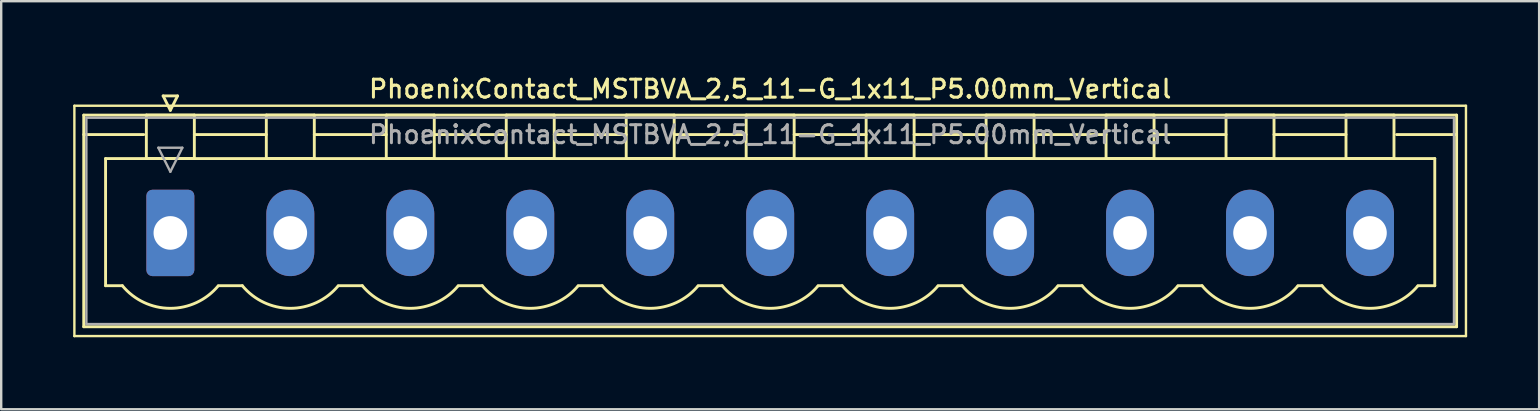
<source format=kicad_pcb>
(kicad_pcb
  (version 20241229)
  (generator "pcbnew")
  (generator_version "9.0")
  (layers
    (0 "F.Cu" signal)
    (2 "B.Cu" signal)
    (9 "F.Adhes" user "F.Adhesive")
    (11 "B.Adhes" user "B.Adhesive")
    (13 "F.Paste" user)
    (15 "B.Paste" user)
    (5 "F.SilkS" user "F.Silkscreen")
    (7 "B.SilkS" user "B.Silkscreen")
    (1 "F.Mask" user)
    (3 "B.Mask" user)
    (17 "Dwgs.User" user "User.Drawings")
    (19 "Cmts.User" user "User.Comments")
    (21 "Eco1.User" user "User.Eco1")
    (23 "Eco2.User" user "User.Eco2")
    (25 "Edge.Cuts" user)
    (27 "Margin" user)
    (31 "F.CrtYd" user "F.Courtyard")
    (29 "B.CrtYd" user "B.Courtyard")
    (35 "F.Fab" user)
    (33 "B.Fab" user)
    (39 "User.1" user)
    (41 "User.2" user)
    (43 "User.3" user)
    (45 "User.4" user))
  (footprint "PhoenixContact_MSTBVA_2,5_11-G_1x11_P5.00mm_Vertical"
    (layer "F.Cu")
    (at 4.05 6.658)
    (property "Reference" "PhoenixContact_MSTBVA_2,5_11-G_1x11_P5.00mm_Vertical" (at 25 -6 0) (layer "F.SilkS") (effects (font (size 0.75 0.75) (thickness 0.125))))
    (attr through_hole)
    (fp_line (start -4 -5.3) (end -4 4.3) (stroke (width 0.1) (type solid)) (layer "F.SilkS"))
    (fp_line (start -4 4.3) (end 54 4.3) (stroke (width 0.1) (type solid)) (layer "F.SilkS"))
    (fp_line (start -3.61 -4.91) (end -3.61 3.91) (stroke (width 0.12) (type solid)) (layer "F.SilkS"))
    (fp_line (start -3.61 -4.1) (end -1.11 -4.1) (stroke (width 0.12) (type solid)) (layer "F.SilkS"))
    (fp_line (start -3.61 3.91) (end 53.61 3.91) (stroke (width 0.12) (type solid)) (layer "F.SilkS"))
    (fp_line (start -2.7 -3.1) (end 52.7 -3.1) (stroke (width 0.12) (type solid)) (layer "F.SilkS"))
    (fp_line (start -2.7 2.2) (end -2.7 -3.1) (stroke (width 0.12) (type solid)) (layer "F.SilkS"))
    (fp_line (start -2 2.2) (end -2.7 2.2) (stroke (width 0.12) (type solid)) (layer "F.SilkS"))
    (fp_line (start -1 -4.91) (end 1 -4.91) (stroke (width 0.12) (type solid)) (layer "F.SilkS"))
    (fp_line (start -1 -3.1) (end -1 -4.91) (stroke (width 0.12) (type solid)) (layer "F.SilkS"))
    (fp_line (start -0.3 -5.71) (end 0.3 -5.71) (stroke (width 0.12) (type solid)) (layer "F.SilkS"))
    (fp_line (start 0 -5.11) (end -0.3 -5.71) (stroke (width 0.12) (type solid)) (layer "F.SilkS"))
    (fp_line (start 0.3 -5.71) (end 0 -5.11) (stroke (width 0.12) (type solid)) (layer "F.SilkS"))
    (fp_line (start 1 -4.91) (end 1 -3.1) (stroke (width 0.12) (type solid)) (layer "F.SilkS"))
    (fp_line (start 1 -4.1) (end 4 -4.1) (stroke (width 0.12) (type solid)) (layer "F.SilkS"))
    (fp_line (start 1 -3.1) (end -1 -3.1) (stroke (width 0.12) (type solid)) (layer "F.SilkS"))
    (fp_line (start 2 2.2) (end 3 2.2) (stroke (width 0.12) (type solid)) (layer "F.SilkS"))
    (fp_line (start 4 -4.91) (end 6 -4.91) (stroke (width 0.12) (type solid)) (layer "F.SilkS"))
    (fp_line (start 4 -3.1) (end 4 -4.91) (stroke (width 0.12) (type solid)) (layer "F.SilkS"))
    (fp_line (start 6 -4.91) (end 6 -3.1) (stroke (width 0.12) (type solid)) (layer "F.SilkS"))
    (fp_line (start 6 -4.1) (end 9 -4.1) (stroke (width 0.12) (type solid)) (layer "F.SilkS"))
    (fp_line (start 6 -3.1) (end 4 -3.1) (stroke (width 0.12) (type solid)) (layer "F.SilkS"))
    (fp_line (start 7 2.2) (end 8 2.2) (stroke (width 0.12) (type solid)) (layer "F.SilkS"))
    (fp_line (start 9 -4.91) (end 11 -4.91) (stroke (width 0.12) (type solid)) (layer "F.SilkS"))
    (fp_line (start 9 -3.1) (end 9 -4.91) (stroke (width 0.12) (type solid)) (layer "F.SilkS"))
    (fp_line (start 11 -4.91) (end 11 -3.1) (stroke (width 0.12) (type solid)) (layer "F.SilkS"))
    (fp_line (start 11 -4.1) (end 14 -4.1) (stroke (width 0.12) (type solid)) (layer "F.SilkS"))
    (fp_line (start 11 -3.1) (end 9 -3.1) (stroke (width 0.12) (type solid)) (layer "F.SilkS"))
    (fp_line (start 12 2.2) (end 13 2.2) (stroke (width 0.12) (type solid)) (layer "F.SilkS"))
    (fp_line (start 14 -4.91) (end 16 -4.91) (stroke (width 0.12) (type solid)) (layer "F.SilkS"))
    (fp_line (start 14 -3.1) (end 14 -4.91) (stroke (width 0.12) (type solid)) (layer "F.SilkS"))
    (fp_line (start 16 -4.91) (end 16 -3.1) (stroke (width 0.12) (type solid)) (layer "F.SilkS"))
    (fp_line (start 16 -4.1) (end 19 -4.1) (stroke (width 0.12) (type solid)) (layer "F.SilkS"))
    (fp_line (start 16 -3.1) (end 14 -3.1) (stroke (width 0.12) (type solid)) (layer "F.SilkS"))
    (fp_line (start 17 2.2) (end 18 2.2) (stroke (width 0.12) (type solid)) (layer "F.SilkS"))
    (fp_line (start 19 -4.91) (end 21 -4.91) (stroke (width 0.12) (type solid)) (layer "F.SilkS"))
    (fp_line (start 19 -3.1) (end 19 -4.91) (stroke (width 0.12) (type solid)) (layer "F.SilkS"))
    (fp_line (start 21 -4.91) (end 21 -3.1) (stroke (width 0.12) (type solid)) (layer "F.SilkS"))
    (fp_line (start 21 -4.1) (end 24 -4.1) (stroke (width 0.12) (type solid)) (layer "F.SilkS"))
    (fp_line (start 21 -3.1) (end 19 -3.1) (stroke (width 0.12) (type solid)) (layer "F.SilkS"))
    (fp_line (start 22 2.2) (end 23 2.2) (stroke (width 0.12) (type solid)) (layer "F.SilkS"))
    (fp_line (start 24 -4.91) (end 26 -4.91) (stroke (width 0.12) (type solid)) (layer "F.SilkS"))
    (fp_line (start 24 -3.1) (end 24 -4.91) (stroke (width 0.12) (type solid)) (layer "F.SilkS"))
    (fp_line (start 26 -4.91) (end 26 -3.1) (stroke (width 0.12) (type solid)) (layer "F.SilkS"))
    (fp_line (start 26 -4.1) (end 29 -4.1) (stroke (width 0.12) (type solid)) (layer "F.SilkS"))
    (fp_line (start 26 -3.1) (end 24 -3.1) (stroke (width 0.12) (type solid)) (layer "F.SilkS"))
    (fp_line (start 27 2.2) (end 28 2.2) (stroke (width 0.12) (type solid)) (layer "F.SilkS"))
    (fp_line (start 29 -4.91) (end 31 -4.91) (stroke (width 0.12) (type solid)) (layer "F.SilkS"))
    (fp_line (start 29 -3.1) (end 29 -4.91) (stroke (width 0.12) (type solid)) (layer "F.SilkS"))
    (fp_line (start 31 -4.91) (end 31 -3.1) (stroke (width 0.12) (type solid)) (layer "F.SilkS"))
    (fp_line (start 31 -4.1) (end 34 -4.1) (stroke (width 0.12) (type solid)) (layer "F.SilkS"))
    (fp_line (start 31 -3.1) (end 29 -3.1) (stroke (width 0.12) (type solid)) (layer "F.SilkS"))
    (fp_line (start 32 2.2) (end 33 2.2) (stroke (width 0.12) (type solid)) (layer "F.SilkS"))
    (fp_line (start 34 -4.91) (end 36 -4.91) (stroke (width 0.12) (type solid)) (layer "F.SilkS"))
    (fp_line (start 34 -3.1) (end 34 -4.91) (stroke (width 0.12) (type solid)) (layer "F.SilkS"))
    (fp_line (start 36 -4.91) (end 36 -3.1) (stroke (width 0.12) (type solid)) (layer "F.SilkS"))
    (fp_line (start 36 -4.1) (end 39 -4.1) (stroke (width 0.12) (type solid)) (layer "F.SilkS"))
    (fp_line (start 36 -3.1) (end 34 -3.1) (stroke (width 0.12) (type solid)) (layer "F.SilkS"))
    (fp_line (start 37 2.2) (end 38 2.2) (stroke (width 0.12) (type solid)) (layer "F.SilkS"))
    (fp_line (start 39 -4.91) (end 41 -4.91) (stroke (width 0.12) (type solid)) (layer "F.SilkS"))
    (fp_line (start 39 -3.1) (end 39 -4.91) (stroke (width 0.12) (type solid)) (layer "F.SilkS"))
    (fp_line (start 41 -4.91) (end 41 -3.1) (stroke (width 0.12) (type solid)) (layer "F.SilkS"))
    (fp_line (start 41 -4.1) (end 44 -4.1) (stroke (width 0.12) (type solid)) (layer "F.SilkS"))
    (fp_line (start 41 -3.1) (end 39 -3.1) (stroke (width 0.12) (type solid)) (layer "F.SilkS"))
    (fp_line (start 42 2.2) (end 43 2.2) (stroke (width 0.12) (type solid)) (layer "F.SilkS"))
    (fp_line (start 44 -4.91) (end 46 -4.91) (stroke (width 0.12) (type solid)) (layer "F.SilkS"))
    (fp_line (start 44 -3.1) (end 44 -4.91) (stroke (width 0.12) (type solid)) (layer "F.SilkS"))
    (fp_line (start 46 -4.91) (end 46 -3.1) (stroke (width 0.12) (type solid)) (layer "F.SilkS"))
    (fp_line (start 46 -4.1) (end 49 -4.1) (stroke (width 0.12) (type solid)) (layer "F.SilkS"))
    (fp_line (start 46 -3.1) (end 44 -3.1) (stroke (width 0.12) (type solid)) (layer "F.SilkS"))
    (fp_line (start 47 2.2) (end 48 2.2) (stroke (width 0.12) (type solid)) (layer "F.SilkS"))
    (fp_line (start 49 -4.91) (end 51 -4.91) (stroke (width 0.12) (type solid)) (layer "F.SilkS"))
    (fp_line (start 49 -3.1) (end 49 -4.91) (stroke (width 0.12) (type solid)) (layer "F.SilkS"))
    (fp_line (start 51 -4.91) (end 51 -3.1) (stroke (width 0.12) (type solid)) (layer "F.SilkS"))
    (fp_line (start 51 -3.1) (end 49 -3.1) (stroke (width 0.12) (type solid)) (layer "F.SilkS"))
    (fp_line (start 52.7 -3.1) (end 52.7 2.2) (stroke (width 0.12) (type solid)) (layer "F.SilkS"))
    (fp_line (start 52.7 2.2) (end 52 2.2) (stroke (width 0.12) (type solid)) (layer "F.SilkS"))
    (fp_line (start 53.61 -4.91) (end -3.61 -4.91) (stroke (width 0.12) (type solid)) (layer "F.SilkS"))
    (fp_line (start 53.61 -4.1) (end 51.11 -4.1) (stroke (width 0.12) (type solid)) (layer "F.SilkS"))
    (fp_line (start 53.61 3.91) (end 53.61 -4.91) (stroke (width 0.12) (type solid)) (layer "F.SilkS"))
    (fp_line (start 54 -5.3) (end -4 -5.3) (stroke (width 0.1) (type solid)) (layer "F.SilkS"))
    (fp_line (start 54 4.3) (end 54 -5.3) (stroke (width 0.1) (type solid)) (layer "F.SilkS"))
    (fp_arc (start 1.986842 2.215821) (mid -0.010289 3.142758) (end -2 2.2) (stroke (width 0.12) (type solid)) (layer "F.SilkS"))
    (fp_arc (start 6.986842 2.215821) (mid 4.989711 3.142758) (end 3 2.2) (stroke (width 0.12) (type solid)) (layer "F.SilkS"))
    (fp_arc (start 11.986842 2.215821) (mid 9.989711 3.142758) (end 8 2.2) (stroke (width 0.12) (type solid)) (layer "F.SilkS"))
    (fp_arc (start 16.986842 2.215821) (mid 14.989711 3.142758) (end 13 2.2) (stroke (width 0.12) (type solid)) (layer "F.SilkS"))
    (fp_arc (start 21.986842 2.215821) (mid 19.989711 3.142758) (end 18 2.2) (stroke (width 0.12) (type solid)) (layer "F.SilkS"))
    (fp_arc (start 26.986842 2.215821) (mid 24.989711 3.142758) (end 23 2.2) (stroke (width 0.12) (type solid)) (layer "F.SilkS"))
    (fp_arc (start 31.986842 2.215821) (mid 29.989711 3.142758) (end 28 2.2) (stroke (width 0.12) (type solid)) (layer "F.SilkS"))
    (fp_arc (start 36.986842 2.215821) (mid 34.989711 3.142758) (end 33 2.2) (stroke (width 0.12) (type solid)) (layer "F.SilkS"))
    (fp_arc (start 41.986842 2.215821) (mid 39.989711 3.142758) (end 38 2.2) (stroke (width 0.12) (type solid)) (layer "F.SilkS"))
    (fp_arc (start 46.986842 2.215821) (mid 44.989711 3.142758) (end 43 2.2) (stroke (width 0.12) (type solid)) (layer "F.SilkS"))
    (fp_arc (start 51.986842 2.215821) (mid 49.989711 3.142758) (end 48 2.2) (stroke (width 0.12) (type solid)) (layer "F.SilkS"))
    (fp_line (start -3.5 -4.8) (end -3.5 3.8) (stroke (width 0.1) (type solid)) (layer "F.Fab"))
    (fp_line (start -3.5 3.8) (end 53.5 3.8) (stroke (width 0.1) (type solid)) (layer "F.Fab"))
    (fp_line (start -0.5 -3.55) (end 0.5 -3.55) (stroke (width 0.1) (type solid)) (layer "F.Fab"))
    (fp_line (start 0 -2.55) (end -0.5 -3.55) (stroke (width 0.1) (type solid)) (layer "F.Fab"))
    (fp_line (start 0.5 -3.55) (end 0 -2.55) (stroke (width 0.1) (type solid)) (layer "F.Fab"))
    (fp_line (start 53.5 -4.8) (end -3.5 -4.8) (stroke (width 0.1) (type solid)) (layer "F.Fab"))
    (fp_line (start 53.5 3.8) (end 53.5 -4.8) (stroke (width 0.1) (type solid)) (layer "F.Fab"))
    (fp_text user "${REFERENCE}" (at 25 -4.1 0) (layer "F.Fab") (effects (font (size 0.75 0.75) (thickness 0.125))))
    (pad "1" thru_hole roundrect (at 0 0) (size 2 3.6) (drill 1.4) (layers "*.Cu" "*.Mask") (roundrect_rratio 0.125))
    (pad "2" thru_hole oval (at 5 0) (size 2 3.6) (drill 1.4) (layers "*.Cu" "*.Mask"))
    (pad "3" thru_hole oval (at 10 0) (size 2 3.6) (drill 1.4) (layers "*.Cu" "*.Mask"))
    (pad "4" thru_hole oval (at 15 0) (size 2 3.6) (drill 1.4) (layers "*.Cu" "*.Mask"))
    (pad "5" thru_hole oval (at 20 0) (size 2 3.6) (drill 1.4) (layers "*.Cu" "*.Mask"))
    (pad "6" thru_hole oval (at 25 0) (size 2 3.6) (drill 1.4) (layers "*.Cu" "*.Mask"))
    (pad "7" thru_hole oval (at 30 0) (size 2 3.6) (drill 1.4) (layers "*.Cu" "*.Mask"))
    (pad "8" thru_hole oval (at 35 0) (size 2 3.6) (drill 1.4) (layers "*.Cu" "*.Mask"))
    (pad "9" thru_hole oval (at 40 0) (size 2 3.6) (drill 1.4) (layers "*.Cu" "*.Mask"))
    (pad "10" thru_hole oval (at 45 0) (size 2 3.6) (drill 1.4) (layers "*.Cu" "*.Mask"))
    (pad "11" thru_hole oval (at 50 0) (size 2 3.6) (drill 1.4) (layers "*.Cu" "*.Mask")))
  (gr_rect
    (start -3 -3)
    (end 61.1 14.008)
    (stroke (width 0.1) (type default))
    (fill no)
    (layer "Edge.Cuts")))
</source>
